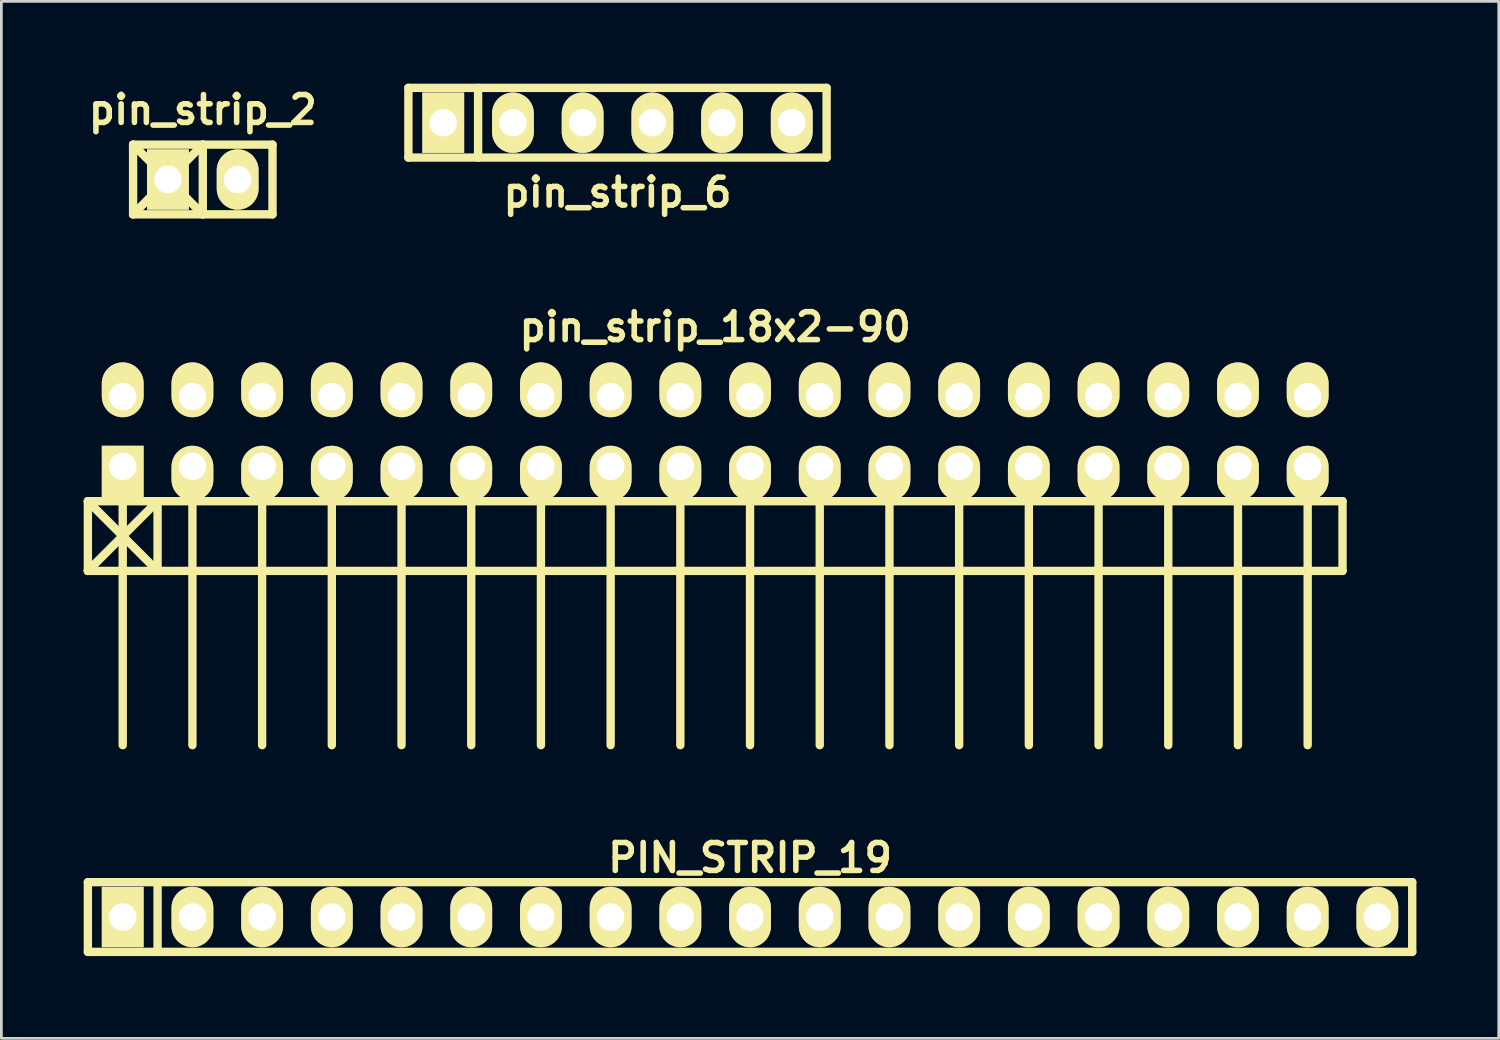
<source format=kicad_pcb>
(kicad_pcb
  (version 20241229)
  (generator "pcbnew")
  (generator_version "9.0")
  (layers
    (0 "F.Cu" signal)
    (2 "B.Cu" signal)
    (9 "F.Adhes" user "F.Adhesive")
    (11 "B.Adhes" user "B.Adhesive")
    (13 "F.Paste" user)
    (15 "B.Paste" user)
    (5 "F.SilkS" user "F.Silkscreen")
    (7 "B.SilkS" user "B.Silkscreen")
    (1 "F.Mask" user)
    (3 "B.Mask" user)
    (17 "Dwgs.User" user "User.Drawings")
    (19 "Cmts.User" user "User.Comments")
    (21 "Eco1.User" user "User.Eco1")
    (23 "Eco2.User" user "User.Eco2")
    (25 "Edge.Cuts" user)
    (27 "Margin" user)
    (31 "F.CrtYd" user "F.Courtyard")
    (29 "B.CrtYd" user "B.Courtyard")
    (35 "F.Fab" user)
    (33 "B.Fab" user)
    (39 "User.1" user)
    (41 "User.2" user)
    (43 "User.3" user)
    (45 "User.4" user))
  (footprint "PIN_STRIP_19"
    (layer "F.Cu")
    (at 24.282 30.367)
    (property "Reference" "PIN_STRIP_19" (at 0 -2.159 0) (layer "F.SilkS") (effects (font (size 1.016 1.016) (thickness 0.203))))
    (attr through_hole)
    (fp_line (start -24.13 -1.27) (end 24.13 -1.27) (stroke (width 0.305) (type solid)) (layer "F.SilkS"))
    (fp_line (start -24.13 1.27) (end -24.13 -1.27) (stroke (width 0.305) (type solid)) (layer "F.SilkS"))
    (fp_line (start -21.59 -1.27) (end -21.59 1.27) (stroke (width 0.305) (type solid)) (layer "F.SilkS"))
    (fp_line (start 24.13 -1.27) (end 24.13 1.27) (stroke (width 0.305) (type solid)) (layer "F.SilkS"))
    (fp_line (start 24.13 1.27) (end -24.13 1.27) (stroke (width 0.305) (type solid)) (layer "F.SilkS"))
    (pad "1" thru_hole rect (at -22.86 0) (size 1.524 2.2) (drill 1.001) (layers "*.Cu" "*.Mask" "F.SilkS"))
    (pad "2" thru_hole oval (at -20.32 0) (size 1.524 2.2) (drill 1.001) (layers "*.Cu" "*.Mask" "F.SilkS"))
    (pad "3" thru_hole oval (at -17.78 0) (size 1.524 2.2) (drill 1.001) (layers "*.Cu" "*.Mask" "F.SilkS"))
    (pad "4" thru_hole oval (at -15.24 0) (size 1.524 2.2) (drill 1.001) (layers "*.Cu" "*.Mask" "F.SilkS"))
    (pad "5" thru_hole oval (at -12.7 0) (size 1.524 2.2) (drill 1.001) (layers "*.Cu" "*.Mask" "F.SilkS"))
    (pad "6" thru_hole oval (at -10.16 0) (size 1.524 2.2) (drill 1.001) (layers "*.Cu" "*.Mask" "F.SilkS"))
    (pad "7" thru_hole oval (at -7.62 0) (size 1.524 2.2) (drill 1.001) (layers "*.Cu" "*.Mask" "F.SilkS"))
    (pad "8" thru_hole oval (at -5.08 0) (size 1.524 2.2) (drill 1.001) (layers "*.Cu" "*.Mask" "F.SilkS"))
    (pad "9" thru_hole oval (at -2.54 0) (size 1.524 2.2) (drill 1.001) (layers "*.Cu" "*.Mask" "F.SilkS"))
    (pad "10" thru_hole oval (at 0 0) (size 1.524 2.2) (drill 1.001) (layers "*.Cu" "*.Mask" "F.SilkS"))
    (pad "11" thru_hole oval (at 2.54 0) (size 1.524 2.2) (drill 1.001) (layers "*.Cu" "*.Mask" "F.SilkS"))
    (pad "12" thru_hole oval (at 5.08 0) (size 1.524 2.2) (drill 1.001) (layers "*.Cu" "*.Mask" "F.SilkS"))
    (pad "13" thru_hole oval (at 7.62 0) (size 1.524 2.2) (drill 1.001) (layers "*.Cu" "*.Mask" "F.SilkS"))
    (pad "14" thru_hole oval (at 10.16 0) (size 1.524 2.2) (drill 1.001) (layers "*.Cu" "*.Mask" "F.SilkS"))
    (pad "15" thru_hole oval (at 12.7 0) (size 1.524 2.2) (drill 1.001) (layers "*.Cu" "*.Mask" "F.SilkS"))
    (pad "16" thru_hole oval (at 15.24 0) (size 1.524 2.2) (drill 1.001) (layers "*.Cu" "*.Mask" "F.SilkS"))
    (pad "17" thru_hole oval (at 17.78 0) (size 1.524 2.2) (drill 1.001) (layers "*.Cu" "*.Mask" "F.SilkS"))
    (pad "18" thru_hole oval (at 20.32 0) (size 1.524 2.2) (drill 1.001) (layers "*.Cu" "*.Mask" "F.SilkS"))
    (pad "19" thru_hole oval (at 22.86 0) (size 1.524 2.2) (drill 1.001) (layers "*.Cu" "*.Mask" "F.SilkS")))
  (footprint "pin_strip_6"
    (layer "F.Cu")
    (at 19.452 1.422)
    (property "Reference" "pin_strip_6" (at 0 2.54 0) (layer "F.SilkS") (effects (font (size 1.016 1.016) (thickness 0.203))))
    (attr through_hole)
    (fp_line (start -7.62 -1.27) (end 7.62 -1.27) (stroke (width 0.305) (type solid)) (layer "F.SilkS"))
    (fp_line (start -7.62 1.27) (end -7.62 -1.27) (stroke (width 0.305) (type solid)) (layer "F.SilkS"))
    (fp_line (start -5.08 -1.27) (end -5.08 1.27) (stroke (width 0.305) (type solid)) (layer "F.SilkS"))
    (fp_line (start 7.62 -1.27) (end 7.62 1.27) (stroke (width 0.305) (type solid)) (layer "F.SilkS"))
    (fp_line (start 7.62 1.27) (end -7.62 1.27) (stroke (width 0.305) (type solid)) (layer "F.SilkS"))
    (pad "1" thru_hole rect (at -6.35 0) (size 1.524 2.2) (drill 1.001) (layers "*.Cu" "*.Mask" "F.SilkS"))
    (pad "2" thru_hole oval (at -3.81 0) (size 1.524 2.2) (drill 1.001) (layers "*.Cu" "*.Mask" "F.SilkS"))
    (pad "3" thru_hole oval (at -1.27 0) (size 1.524 2.2) (drill 1.001) (layers "*.Cu" "*.Mask" "F.SilkS"))
    (pad "4" thru_hole oval (at 1.27 0) (size 1.524 2.2) (drill 1.001) (layers "*.Cu" "*.Mask" "F.SilkS"))
    (pad "5" thru_hole oval (at 3.81 0) (size 1.524 2.2) (drill 1.001) (layers "*.Cu" "*.Mask" "F.SilkS"))
    (pad "6" thru_hole oval (at 6.35 0) (size 1.524 2.2) (drill 1.001) (layers "*.Cu" "*.Mask" "F.SilkS")))
  (footprint "pin_strip_18x2-90"
    (layer "F.Cu")
    (at 23.012 12.674)
    (property "Reference" "pin_strip_18x2-90" (at 0 -3.81 0) (layer "F.SilkS") (effects (font (size 1.016 1.016) (thickness 0.203))))
    (attr through_hole)
    (fp_line (start -22.86 2.54) (end -20.32 5.08) (stroke (width 0.305) (type solid)) (layer "F.SilkS"))
    (fp_line (start -22.86 2.54) (end 22.86 2.54) (stroke (width 0.305) (type solid)) (layer "F.SilkS"))
    (fp_line (start -22.86 5.08) (end -22.86 2.54) (stroke (width 0.305) (type solid)) (layer "F.SilkS"))
    (fp_line (start -21.59 1.27) (end -21.59 11.43) (stroke (width 0.305) (type solid)) (layer "F.SilkS"))
    (fp_line (start -20.32 2.54) (end -22.86 5.08) (stroke (width 0.305) (type solid)) (layer "F.SilkS"))
    (fp_line (start -20.32 5.08) (end -20.32 2.54) (stroke (width 0.305) (type solid)) (layer "F.SilkS"))
    (fp_line (start -19.05 1.27) (end -19.05 11.43) (stroke (width 0.305) (type solid)) (layer "F.SilkS"))
    (fp_line (start -16.51 11.43) (end -16.51 1.27) (stroke (width 0.305) (type solid)) (layer "F.SilkS"))
    (fp_line (start -13.97 1.27) (end -13.97 11.43) (stroke (width 0.305) (type solid)) (layer "F.SilkS"))
    (fp_line (start -11.43 1.27) (end -11.43 11.43) (stroke (width 0.305) (type solid)) (layer "F.SilkS"))
    (fp_line (start -8.89 1.27) (end -8.89 11.43) (stroke (width 0.305) (type solid)) (layer "F.SilkS"))
    (fp_line (start -6.35 1.27) (end -6.35 11.43) (stroke (width 0.305) (type solid)) (layer "F.SilkS"))
    (fp_line (start -3.81 1.27) (end -3.81 11.43) (stroke (width 0.305) (type solid)) (layer "F.SilkS"))
    (fp_line (start -1.27 1.27) (end -1.27 11.43) (stroke (width 0.305) (type solid)) (layer "F.SilkS"))
    (fp_line (start 1.27 1.27) (end 1.27 11.43) (stroke (width 0.305) (type solid)) (layer "F.SilkS"))
    (fp_line (start 3.81 1.27) (end 3.81 11.43) (stroke (width 0.305) (type solid)) (layer "F.SilkS"))
    (fp_line (start 6.35 1.27) (end 6.35 11.43) (stroke (width 0.305) (type solid)) (layer "F.SilkS"))
    (fp_line (start 8.89 11.43) (end 8.89 1.27) (stroke (width 0.305) (type solid)) (layer "F.SilkS"))
    (fp_line (start 11.43 1.27) (end 11.43 11.43) (stroke (width 0.305) (type solid)) (layer "F.SilkS"))
    (fp_line (start 13.97 1.27) (end 13.97 11.43) (stroke (width 0.305) (type solid)) (layer "F.SilkS"))
    (fp_line (start 16.51 1.27) (end 16.51 11.43) (stroke (width 0.305) (type solid)) (layer "F.SilkS"))
    (fp_line (start 19.05 1.27) (end 19.05 11.43) (stroke (width 0.305) (type solid)) (layer "F.SilkS"))
    (fp_line (start 21.59 1.27) (end 21.59 11.43) (stroke (width 0.305) (type solid)) (layer "F.SilkS"))
    (fp_line (start 22.86 2.54) (end 22.86 5.08) (stroke (width 0.305) (type solid)) (layer "F.SilkS"))
    (fp_line (start 22.86 5.08) (end -22.86 5.08) (stroke (width 0.305) (type solid)) (layer "F.SilkS"))
    (pad "1" thru_hole rect (at -21.59 1.27) (size 1.524 1.999) (drill 1.001 (offset 0 0.249)) (layers "*.Cu" "*.Mask" "F.SilkS"))
    (pad "2" thru_hole oval (at -21.59 -1.27) (size 1.524 1.999) (drill 1.001 (offset 0 -0.249)) (layers "*.Cu" "*.Mask" "F.SilkS"))
    (pad "3" thru_hole oval (at -19.05 1.27) (size 1.524 1.999) (drill 1.001 (offset 0 0.249)) (layers "*.Cu" "*.Mask" "F.SilkS"))
    (pad "4" thru_hole oval (at -19.05 -1.27) (size 1.524 1.999) (drill 1.001 (offset 0 -0.249)) (layers "*.Cu" "*.Mask" "F.SilkS"))
    (pad "5" thru_hole oval (at -16.51 1.27) (size 1.524 1.999) (drill 1.001 (offset 0 0.249)) (layers "*.Cu" "*.Mask" "F.SilkS"))
    (pad "6" thru_hole oval (at -16.51 -1.27) (size 1.524 1.999) (drill 1.001 (offset 0 -0.249)) (layers "*.Cu" "*.Mask" "F.SilkS"))
    (pad "7" thru_hole oval (at -13.97 1.27) (size 1.524 1.999) (drill 1.001 (offset 0 0.249)) (layers "*.Cu" "*.Mask" "F.SilkS"))
    (pad "8" thru_hole oval (at -13.97 -1.27) (size 1.524 1.999) (drill 1.001 (offset 0 -0.249)) (layers "*.Cu" "*.Mask" "F.SilkS"))
    (pad "9" thru_hole oval (at -11.43 1.27) (size 1.524 1.999) (drill 1.001 (offset 0 0.249)) (layers "*.Cu" "*.Mask" "F.SilkS"))
    (pad "10" thru_hole oval (at -11.43 -1.27) (size 1.524 1.999) (drill 1.001 (offset 0 -0.249)) (layers "*.Cu" "*.Mask" "F.SilkS"))
    (pad "11" thru_hole oval (at -8.89 1.27) (size 1.524 1.999) (drill 1.001 (offset 0 0.249)) (layers "*.Cu" "*.Mask" "F.SilkS"))
    (pad "12" thru_hole oval (at -8.89 -1.27) (size 1.524 1.999) (drill 1.001 (offset 0 -0.249)) (layers "*.Cu" "*.Mask" "F.SilkS"))
    (pad "13" thru_hole oval (at -6.35 1.27) (size 1.524 1.999) (drill 1.001 (offset 0 0.249)) (layers "*.Cu" "*.Mask" "F.SilkS"))
    (pad "14" thru_hole oval (at -6.35 -1.27) (size 1.524 1.999) (drill 1.001 (offset 0 -0.249)) (layers "*.Cu" "*.Mask" "F.SilkS"))
    (pad "15" thru_hole oval (at -3.81 1.27) (size 1.524 1.999) (drill 1.001 (offset 0 0.249)) (layers "*.Cu" "*.Mask" "F.SilkS"))
    (pad "16" thru_hole oval (at -3.81 -1.27) (size 1.524 1.999) (drill 1.001 (offset 0 -0.249)) (layers "*.Cu" "*.Mask" "F.SilkS"))
    (pad "17" thru_hole oval (at -1.27 1.27) (size 1.524 1.999) (drill 1.001 (offset 0 0.249)) (layers "*.Cu" "*.Mask" "F.SilkS"))
    (pad "18" thru_hole oval (at -1.27 -1.27) (size 1.524 1.999) (drill 1.001 (offset 0 -0.249)) (layers "*.Cu" "*.Mask" "F.SilkS"))
    (pad "19" thru_hole oval (at 1.27 1.27) (size 1.524 1.999) (drill 1.001 (offset 0 0.249)) (layers "*.Cu" "*.Mask" "F.SilkS"))
    (pad "20" thru_hole oval (at 1.27 -1.27) (size 1.524 1.999) (drill 1.001 (offset 0 -0.249)) (layers "*.Cu" "*.Mask" "F.SilkS"))
    (pad "21" thru_hole oval (at 3.81 1.27) (size 1.524 1.999) (drill 1.001 (offset 0 0.249)) (layers "*.Cu" "*.Mask" "F.SilkS"))
    (pad "22" thru_hole oval (at 3.81 -1.27) (size 1.524 1.999) (drill 1.001 (offset 0 -0.249)) (layers "*.Cu" "*.Mask" "F.SilkS"))
    (pad "23" thru_hole oval (at 6.35 1.27) (size 1.524 1.999) (drill 1.001 (offset 0 0.249)) (layers "*.Cu" "*.Mask" "F.SilkS"))
    (pad "24" thru_hole oval (at 6.35 -1.27) (size 1.524 1.999) (drill 1.001 (offset 0 -0.249)) (layers "*.Cu" "*.Mask" "F.SilkS"))
    (pad "25" thru_hole oval (at 8.89 1.27) (size 1.524 1.999) (drill 1.001 (offset 0 0.249)) (layers "*.Cu" "*.Mask" "F.SilkS"))
    (pad "26" thru_hole oval (at 8.89 -1.27) (size 1.524 1.999) (drill 1.001 (offset 0 -0.249)) (layers "*.Cu" "*.Mask" "F.SilkS"))
    (pad "27" thru_hole oval (at 11.43 1.27) (size 1.524 1.999) (drill 1.001 (offset 0 0.249)) (layers "*.Cu" "*.Mask" "F.SilkS"))
    (pad "28" thru_hole oval (at 11.43 -1.27) (size 1.524 1.999) (drill 1.001 (offset 0 -0.249)) (layers "*.Cu" "*.Mask" "F.SilkS"))
    (pad "29" thru_hole oval (at 13.97 1.27) (size 1.524 1.999) (drill 1.001 (offset 0 0.249)) (layers "*.Cu" "*.Mask" "F.SilkS"))
    (pad "30" thru_hole oval (at 13.97 -1.27) (size 1.524 1.999) (drill 1.001 (offset 0 -0.249)) (layers "*.Cu" "*.Mask" "F.SilkS"))
    (pad "31" thru_hole oval (at 16.51 1.27) (size 1.524 1.999) (drill 1.001 (offset 0 0.249)) (layers "*.Cu" "*.Mask" "F.SilkS"))
    (pad "32" thru_hole oval (at 16.51 -1.27) (size 1.524 1.999) (drill 1.001 (offset 0 -0.249)) (layers "*.Cu" "*.Mask" "F.SilkS"))
    (pad "33" thru_hole oval (at 19.05 1.27) (size 1.524 1.999) (drill 1.001 (offset 0 0.249)) (layers "*.Cu" "*.Mask" "F.SilkS"))
    (pad "34" thru_hole oval (at 19.05 -1.27) (size 1.524 1.999) (drill 1.001 (offset 0 -0.249)) (layers "*.Cu" "*.Mask" "F.SilkS"))
    (pad "35" thru_hole oval (at 21.59 1.27) (size 1.524 1.999) (drill 1.001 (offset 0 0.249)) (layers "*.Cu" "*.Mask" "F.SilkS"))
    (pad "36" thru_hole oval (at 21.59 -1.27) (size 1.524 1.999) (drill 1.001 (offset 0 -0.249)) (layers "*.Cu" "*.Mask" "F.SilkS")))
  (footprint "pin_strip_2"
    (layer "F.Cu")
    (at 4.34 3.491)
    (property "Reference" "pin_strip_2" (at 0 -2.54 0) (layer "F.SilkS") (effects (font (size 1.016 1.016) (thickness 0.203))))
    (attr through_hole)
    (fp_line (start -2.54 -1.27) (end 2.54 -1.27) (stroke (width 0.305) (type solid)) (layer "F.SilkS"))
    (fp_line (start -2.54 1.27) (end -2.54 -1.27) (stroke (width 0.305) (type solid)) (layer "F.SilkS"))
    (fp_line (start -2.54 1.27) (end 0 -1.27) (stroke (width 0.305) (type solid)) (layer "F.SilkS"))
    (fp_line (start 0 -1.27) (end 0 1.27) (stroke (width 0.305) (type solid)) (layer "F.SilkS"))
    (fp_line (start 0 1.27) (end -2.54 -1.27) (stroke (width 0.305) (type solid)) (layer "F.SilkS"))
    (fp_line (start 2.54 -1.27) (end 2.54 1.27) (stroke (width 0.305) (type solid)) (layer "F.SilkS"))
    (fp_line (start 2.54 1.27) (end -2.54 1.27) (stroke (width 0.305) (type solid)) (layer "F.SilkS"))
    (pad "1" thru_hole rect (at -1.27 0) (size 1.524 2.2) (drill 1.001) (layers "*.Cu" "*.Mask" "F.SilkS"))
    (pad "2" thru_hole oval (at 1.27 0) (size 1.524 2.2) (drill 1.001) (layers "*.Cu" "*.Mask" "F.SilkS")))
  (gr_rect
    (start -3 -3)
    (end 51.565 34.789)
    (stroke (width 0.1) (type default))
    (fill no)
    (layer "Edge.Cuts")))
</source>
